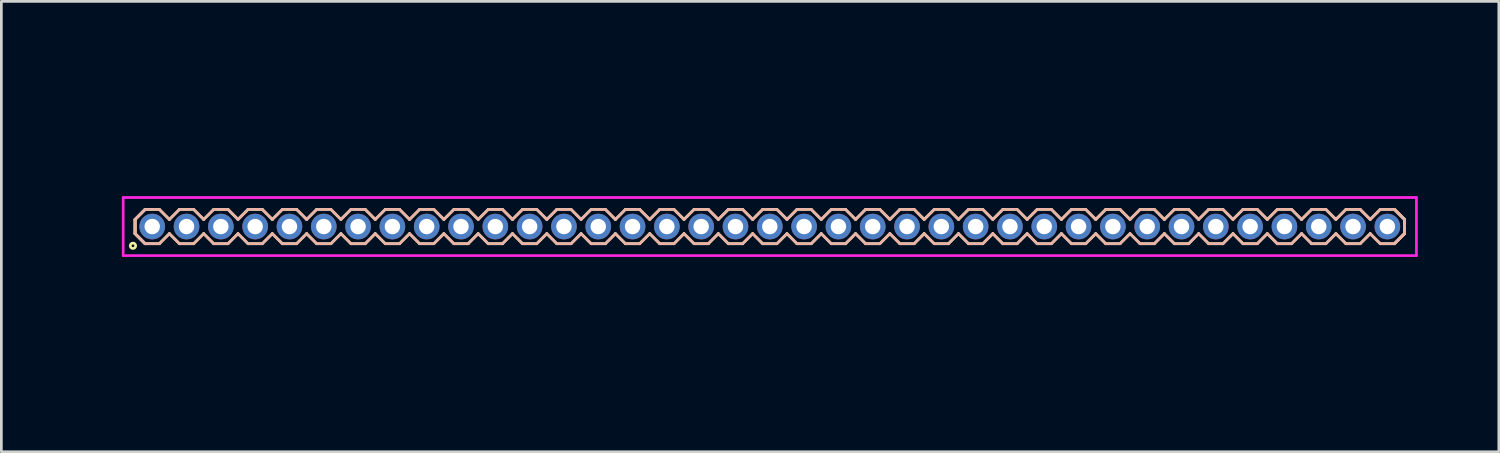
<source format=kicad_pcb>
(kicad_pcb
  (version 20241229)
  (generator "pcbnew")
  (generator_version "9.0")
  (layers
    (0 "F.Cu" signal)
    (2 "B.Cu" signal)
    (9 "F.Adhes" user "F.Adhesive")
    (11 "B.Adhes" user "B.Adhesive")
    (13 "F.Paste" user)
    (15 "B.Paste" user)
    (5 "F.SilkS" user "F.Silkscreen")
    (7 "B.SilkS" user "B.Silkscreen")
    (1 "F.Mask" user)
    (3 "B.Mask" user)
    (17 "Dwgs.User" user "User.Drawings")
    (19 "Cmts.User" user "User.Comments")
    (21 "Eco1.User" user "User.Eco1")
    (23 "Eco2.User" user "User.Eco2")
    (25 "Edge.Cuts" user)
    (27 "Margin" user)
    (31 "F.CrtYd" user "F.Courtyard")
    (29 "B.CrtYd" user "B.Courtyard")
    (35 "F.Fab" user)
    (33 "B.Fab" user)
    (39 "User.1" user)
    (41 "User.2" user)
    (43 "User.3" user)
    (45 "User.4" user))
  (footprint "HDR127P37x1"
    (layer "F.Cu")
    (at 25.445 5.336)
    (property "Reference" "HDR127P37x1" (at -24.685 0 90) (layer "User.1") (effects (font (size 1 1) (thickness 0.1))))
    (attr through_hole)
    (fp_line (start -23.495 -0.263) (end -23.123 -0.635) (stroke (width 0.1) (type solid)) (layer "F.SilkS"))
    (fp_line (start -23.495 -0.263) (end -23.123 -0.635) (stroke (width 0.1) (type solid)) (layer "F.SilkS"))
    (fp_line (start -23.495 0.263) (end -23.495 -0.263) (stroke (width 0.1) (type solid)) (layer "F.SilkS"))
    (fp_line (start -23.495 0.263) (end -23.495 -0.263) (stroke (width 0.1) (type solid)) (layer "F.SilkS"))
    (fp_line (start -23.123 -0.635) (end -22.597 -0.635) (stroke (width 0.1) (type solid)) (layer "F.SilkS"))
    (fp_line (start -23.123 0.635) (end -23.495 0.263) (stroke (width 0.1) (type solid)) (layer "F.SilkS"))
    (fp_line (start -23.123 0.635) (end -23.495 0.263) (stroke (width 0.1) (type solid)) (layer "F.SilkS"))
    (fp_line (start -22.597 -0.635) (end -22.225 -0.263) (stroke (width 0.1) (type solid)) (layer "F.SilkS"))
    (fp_line (start -22.597 0.635) (end -23.123 0.635) (stroke (width 0.1) (type solid)) (layer "F.SilkS"))
    (fp_line (start -22.225 -0.263) (end -21.853 -0.635) (stroke (width 0.1) (type solid)) (layer "F.SilkS"))
    (fp_line (start -22.225 0.263) (end -22.597 0.635) (stroke (width 0.1) (type solid)) (layer "F.SilkS"))
    (fp_line (start -21.853 -0.635) (end -21.327 -0.635) (stroke (width 0.1) (type solid)) (layer "F.SilkS"))
    (fp_line (start -21.853 0.635) (end -22.225 0.263) (stroke (width 0.1) (type solid)) (layer "F.SilkS"))
    (fp_line (start -21.327 -0.635) (end -20.955 -0.263) (stroke (width 0.1) (type solid)) (layer "F.SilkS"))
    (fp_line (start -21.327 0.635) (end -21.853 0.635) (stroke (width 0.1) (type solid)) (layer "F.SilkS"))
    (fp_line (start -20.955 -0.263) (end -20.583 -0.635) (stroke (width 0.1) (type solid)) (layer "F.SilkS"))
    (fp_line (start -20.955 0.263) (end -21.327 0.635) (stroke (width 0.1) (type solid)) (layer "F.SilkS"))
    (fp_line (start -20.583 -0.635) (end -20.057 -0.635) (stroke (width 0.1) (type solid)) (layer "F.SilkS"))
    (fp_line (start -20.583 0.635) (end -20.955 0.263) (stroke (width 0.1) (type solid)) (layer "F.SilkS"))
    (fp_line (start -20.057 -0.635) (end -19.685 -0.263) (stroke (width 0.1) (type solid)) (layer "F.SilkS"))
    (fp_line (start -20.057 0.635) (end -20.583 0.635) (stroke (width 0.1) (type solid)) (layer "F.SilkS"))
    (fp_line (start -19.685 -0.263) (end -19.313 -0.635) (stroke (width 0.1) (type solid)) (layer "F.SilkS"))
    (fp_line (start -19.685 0.263) (end -20.057 0.635) (stroke (width 0.1) (type solid)) (layer "F.SilkS"))
    (fp_line (start -19.313 -0.635) (end -18.787 -0.635) (stroke (width 0.1) (type solid)) (layer "F.SilkS"))
    (fp_line (start -19.313 0.635) (end -19.685 0.263) (stroke (width 0.1) (type solid)) (layer "F.SilkS"))
    (fp_line (start -18.787 -0.635) (end -18.415 -0.263) (stroke (width 0.1) (type solid)) (layer "F.SilkS"))
    (fp_line (start -18.787 0.635) (end -19.313 0.635) (stroke (width 0.1) (type solid)) (layer "F.SilkS"))
    (fp_line (start -18.415 -0.263) (end -18.043 -0.635) (stroke (width 0.1) (type solid)) (layer "F.SilkS"))
    (fp_line (start -18.415 0.263) (end -18.787 0.635) (stroke (width 0.1) (type solid)) (layer "F.SilkS"))
    (fp_line (start -18.043 -0.635) (end -17.517 -0.635) (stroke (width 0.1) (type solid)) (layer "F.SilkS"))
    (fp_line (start -18.043 0.635) (end -18.415 0.263) (stroke (width 0.1) (type solid)) (layer "F.SilkS"))
    (fp_line (start -17.517 -0.635) (end -17.145 -0.263) (stroke (width 0.1) (type solid)) (layer "F.SilkS"))
    (fp_line (start -17.517 0.635) (end -18.043 0.635) (stroke (width 0.1) (type solid)) (layer "F.SilkS"))
    (fp_line (start -17.145 -0.263) (end -16.773 -0.635) (stroke (width 0.1) (type solid)) (layer "F.SilkS"))
    (fp_line (start -17.145 0.263) (end -17.517 0.635) (stroke (width 0.1) (type solid)) (layer "F.SilkS"))
    (fp_line (start -16.773 -0.635) (end -16.247 -0.635) (stroke (width 0.1) (type solid)) (layer "F.SilkS"))
    (fp_line (start -16.773 0.635) (end -17.145 0.263) (stroke (width 0.1) (type solid)) (layer "F.SilkS"))
    (fp_line (start -16.247 -0.635) (end -15.875 -0.263) (stroke (width 0.1) (type solid)) (layer "F.SilkS"))
    (fp_line (start -16.247 0.635) (end -16.773 0.635) (stroke (width 0.1) (type solid)) (layer "F.SilkS"))
    (fp_line (start -15.875 -0.263) (end -15.503 -0.635) (stroke (width 0.1) (type solid)) (layer "F.SilkS"))
    (fp_line (start -15.875 0.263) (end -16.247 0.635) (stroke (width 0.1) (type solid)) (layer "F.SilkS"))
    (fp_line (start -15.503 -0.635) (end -14.977 -0.635) (stroke (width 0.1) (type solid)) (layer "F.SilkS"))
    (fp_line (start -15.503 0.635) (end -15.875 0.263) (stroke (width 0.1) (type solid)) (layer "F.SilkS"))
    (fp_line (start -14.977 -0.635) (end -14.605 -0.263) (stroke (width 0.1) (type solid)) (layer "F.SilkS"))
    (fp_line (start -14.977 0.635) (end -15.503 0.635) (stroke (width 0.1) (type solid)) (layer "F.SilkS"))
    (fp_line (start -14.605 -0.263) (end -14.233 -0.635) (stroke (width 0.1) (type solid)) (layer "F.SilkS"))
    (fp_line (start -14.605 0.263) (end -14.977 0.635) (stroke (width 0.1) (type solid)) (layer "F.SilkS"))
    (fp_line (start -14.233 -0.635) (end -13.707 -0.635) (stroke (width 0.1) (type solid)) (layer "F.SilkS"))
    (fp_line (start -14.233 0.635) (end -14.605 0.263) (stroke (width 0.1) (type solid)) (layer "F.SilkS"))
    (fp_line (start -13.707 -0.635) (end -13.335 -0.263) (stroke (width 0.1) (type solid)) (layer "F.SilkS"))
    (fp_line (start -13.707 0.635) (end -14.233 0.635) (stroke (width 0.1) (type solid)) (layer "F.SilkS"))
    (fp_line (start -13.335 -0.263) (end -12.963 -0.635) (stroke (width 0.1) (type solid)) (layer "F.SilkS"))
    (fp_line (start -13.335 0.263) (end -13.707 0.635) (stroke (width 0.1) (type solid)) (layer "F.SilkS"))
    (fp_line (start -12.963 -0.635) (end -12.437 -0.635) (stroke (width 0.1) (type solid)) (layer "F.SilkS"))
    (fp_line (start -12.963 0.635) (end -13.335 0.263) (stroke (width 0.1) (type solid)) (layer "F.SilkS"))
    (fp_line (start -12.437 -0.635) (end -12.065 -0.263) (stroke (width 0.1) (type solid)) (layer "F.SilkS"))
    (fp_line (start -12.437 0.635) (end -12.963 0.635) (stroke (width 0.1) (type solid)) (layer "F.SilkS"))
    (fp_line (start -12.065 -0.263) (end -11.693 -0.635) (stroke (width 0.1) (type solid)) (layer "F.SilkS"))
    (fp_line (start -12.065 0.263) (end -12.437 0.635) (stroke (width 0.1) (type solid)) (layer "F.SilkS"))
    (fp_line (start -11.693 -0.635) (end -11.167 -0.635) (stroke (width 0.1) (type solid)) (layer "F.SilkS"))
    (fp_line (start -11.693 0.635) (end -12.065 0.263) (stroke (width 0.1) (type solid)) (layer "F.SilkS"))
    (fp_line (start -11.167 -0.635) (end -10.795 -0.263) (stroke (width 0.1) (type solid)) (layer "F.SilkS"))
    (fp_line (start -11.167 0.635) (end -11.693 0.635) (stroke (width 0.1) (type solid)) (layer "F.SilkS"))
    (fp_line (start -10.795 -0.263) (end -10.423 -0.635) (stroke (width 0.1) (type solid)) (layer "F.SilkS"))
    (fp_line (start -10.795 0.263) (end -11.167 0.635) (stroke (width 0.1) (type solid)) (layer "F.SilkS"))
    (fp_line (start -10.423 -0.635) (end -9.897 -0.635) (stroke (width 0.1) (type solid)) (layer "F.SilkS"))
    (fp_line (start -10.423 0.635) (end -10.795 0.263) (stroke (width 0.1) (type solid)) (layer "F.SilkS"))
    (fp_line (start -9.897 -0.635) (end -9.525 -0.263) (stroke (width 0.1) (type solid)) (layer "F.SilkS"))
    (fp_line (start -9.897 0.635) (end -10.423 0.635) (stroke (width 0.1) (type solid)) (layer "F.SilkS"))
    (fp_line (start -9.525 -0.263) (end -9.153 -0.635) (stroke (width 0.1) (type solid)) (layer "F.SilkS"))
    (fp_line (start -9.525 0.263) (end -9.897 0.635) (stroke (width 0.1) (type solid)) (layer "F.SilkS"))
    (fp_line (start -9.153 -0.635) (end -8.627 -0.635) (stroke (width 0.1) (type solid)) (layer "F.SilkS"))
    (fp_line (start -9.153 0.635) (end -9.525 0.263) (stroke (width 0.1) (type solid)) (layer "F.SilkS"))
    (fp_line (start -8.627 -0.635) (end -8.255 -0.263) (stroke (width 0.1) (type solid)) (layer "F.SilkS"))
    (fp_line (start -8.627 0.635) (end -9.153 0.635) (stroke (width 0.1) (type solid)) (layer "F.SilkS"))
    (fp_line (start -8.255 -0.263) (end -7.883 -0.635) (stroke (width 0.1) (type solid)) (layer "F.SilkS"))
    (fp_line (start -8.255 0.263) (end -8.627 0.635) (stroke (width 0.1) (type solid)) (layer "F.SilkS"))
    (fp_line (start -7.883 -0.635) (end -7.357 -0.635) (stroke (width 0.1) (type solid)) (layer "F.SilkS"))
    (fp_line (start -7.883 0.635) (end -8.255 0.263) (stroke (width 0.1) (type solid)) (layer "F.SilkS"))
    (fp_line (start -7.357 -0.635) (end -6.985 -0.263) (stroke (width 0.1) (type solid)) (layer "F.SilkS"))
    (fp_line (start -7.357 0.635) (end -7.883 0.635) (stroke (width 0.1) (type solid)) (layer "F.SilkS"))
    (fp_line (start -6.985 -0.263) (end -6.613 -0.635) (stroke (width 0.1) (type solid)) (layer "F.SilkS"))
    (fp_line (start -6.985 0.263) (end -7.357 0.635) (stroke (width 0.1) (type solid)) (layer "F.SilkS"))
    (fp_line (start -6.613 -0.635) (end -6.087 -0.635) (stroke (width 0.1) (type solid)) (layer "F.SilkS"))
    (fp_line (start -6.613 0.635) (end -6.985 0.263) (stroke (width 0.1) (type solid)) (layer "F.SilkS"))
    (fp_line (start -6.087 -0.635) (end -5.715 -0.263) (stroke (width 0.1) (type solid)) (layer "F.SilkS"))
    (fp_line (start -6.087 0.635) (end -6.613 0.635) (stroke (width 0.1) (type solid)) (layer "F.SilkS"))
    (fp_line (start -5.715 -0.263) (end -5.343 -0.635) (stroke (width 0.1) (type solid)) (layer "F.SilkS"))
    (fp_line (start -5.715 0.263) (end -6.087 0.635) (stroke (width 0.1) (type solid)) (layer "F.SilkS"))
    (fp_line (start -5.343 -0.635) (end -4.817 -0.635) (stroke (width 0.1) (type solid)) (layer "F.SilkS"))
    (fp_line (start -5.343 0.635) (end -5.715 0.263) (stroke (width 0.1) (type solid)) (layer "F.SilkS"))
    (fp_line (start -4.817 -0.635) (end -4.445 -0.263) (stroke (width 0.1) (type solid)) (layer "F.SilkS"))
    (fp_line (start -4.817 0.635) (end -5.343 0.635) (stroke (width 0.1) (type solid)) (layer "F.SilkS"))
    (fp_line (start -4.445 -0.263) (end -4.073 -0.635) (stroke (width 0.1) (type solid)) (layer "F.SilkS"))
    (fp_line (start -4.445 0.263) (end -4.817 0.635) (stroke (width 0.1) (type solid)) (layer "F.SilkS"))
    (fp_line (start -4.073 -0.635) (end -3.547 -0.635) (stroke (width 0.1) (type solid)) (layer "F.SilkS"))
    (fp_line (start -4.073 0.635) (end -4.445 0.263) (stroke (width 0.1) (type solid)) (layer "F.SilkS"))
    (fp_line (start -3.547 -0.635) (end -3.175 -0.263) (stroke (width 0.1) (type solid)) (layer "F.SilkS"))
    (fp_line (start -3.547 0.635) (end -4.073 0.635) (stroke (width 0.1) (type solid)) (layer "F.SilkS"))
    (fp_line (start -3.175 -0.263) (end -2.803 -0.635) (stroke (width 0.1) (type solid)) (layer "F.SilkS"))
    (fp_line (start -3.175 0.263) (end -3.547 0.635) (stroke (width 0.1) (type solid)) (layer "F.SilkS"))
    (fp_line (start -2.803 -0.635) (end -2.277 -0.635) (stroke (width 0.1) (type solid)) (layer "F.SilkS"))
    (fp_line (start -2.803 0.635) (end -3.175 0.263) (stroke (width 0.1) (type solid)) (layer "F.SilkS"))
    (fp_line (start -2.277 -0.635) (end -1.905 -0.263) (stroke (width 0.1) (type solid)) (layer "F.SilkS"))
    (fp_line (start -2.277 0.635) (end -2.803 0.635) (stroke (width 0.1) (type solid)) (layer "F.SilkS"))
    (fp_line (start -1.905 -0.263) (end -1.533 -0.635) (stroke (width 0.1) (type solid)) (layer "F.SilkS"))
    (fp_line (start -1.905 0.263) (end -2.277 0.635) (stroke (width 0.1) (type solid)) (layer "F.SilkS"))
    (fp_line (start -1.533 -0.635) (end -1.007 -0.635) (stroke (width 0.1) (type solid)) (layer "F.SilkS"))
    (fp_line (start -1.533 0.635) (end -1.905 0.263) (stroke (width 0.1) (type solid)) (layer "F.SilkS"))
    (fp_line (start -1.007 -0.635) (end -0.635 -0.263) (stroke (width 0.1) (type solid)) (layer "F.SilkS"))
    (fp_line (start -1.007 0.635) (end -1.533 0.635) (stroke (width 0.1) (type solid)) (layer "F.SilkS"))
    (fp_line (start -0.635 -0.263) (end -0.263 -0.635) (stroke (width 0.1) (type solid)) (layer "F.SilkS"))
    (fp_line (start -0.635 0.263) (end -1.007 0.635) (stroke (width 0.1) (type solid)) (layer "F.SilkS"))
    (fp_line (start -0.263 -0.635) (end 0.263 -0.635) (stroke (width 0.1) (type solid)) (layer "F.SilkS"))
    (fp_line (start -0.263 0.635) (end -0.635 0.263) (stroke (width 0.1) (type solid)) (layer "F.SilkS"))
    (fp_line (start 0.263 -0.635) (end 0.635 -0.263) (stroke (width 0.1) (type solid)) (layer "F.SilkS"))
    (fp_line (start 0.263 0.635) (end -0.263 0.635) (stroke (width 0.1) (type solid)) (layer "F.SilkS"))
    (fp_line (start 0.635 -0.263) (end 1.007 -0.635) (stroke (width 0.1) (type solid)) (layer "F.SilkS"))
    (fp_line (start 0.635 0.263) (end 0.263 0.635) (stroke (width 0.1) (type solid)) (layer "F.SilkS"))
    (fp_line (start 1.007 -0.635) (end 1.533 -0.635) (stroke (width 0.1) (type solid)) (layer "F.SilkS"))
    (fp_line (start 1.007 0.635) (end 0.635 0.263) (stroke (width 0.1) (type solid)) (layer "F.SilkS"))
    (fp_line (start 1.533 -0.635) (end 1.905 -0.263) (stroke (width 0.1) (type solid)) (layer "F.SilkS"))
    (fp_line (start 1.533 0.635) (end 1.007 0.635) (stroke (width 0.1) (type solid)) (layer "F.SilkS"))
    (fp_line (start 1.905 -0.263) (end 2.277 -0.635) (stroke (width 0.1) (type solid)) (layer "F.SilkS"))
    (fp_line (start 1.905 0.263) (end 1.533 0.635) (stroke (width 0.1) (type solid)) (layer "F.SilkS"))
    (fp_line (start 2.277 -0.635) (end 2.803 -0.635) (stroke (width 0.1) (type solid)) (layer "F.SilkS"))
    (fp_line (start 2.277 0.635) (end 1.905 0.263) (stroke (width 0.1) (type solid)) (layer "F.SilkS"))
    (fp_line (start 2.803 -0.635) (end 3.175 -0.263) (stroke (width 0.1) (type solid)) (layer "F.SilkS"))
    (fp_line (start 2.803 0.635) (end 2.277 0.635) (stroke (width 0.1) (type solid)) (layer "F.SilkS"))
    (fp_line (start 3.175 -0.263) (end 3.547 -0.635) (stroke (width 0.1) (type solid)) (layer "F.SilkS"))
    (fp_line (start 3.175 0.263) (end 2.803 0.635) (stroke (width 0.1) (type solid)) (layer "F.SilkS"))
    (fp_line (start 3.547 -0.635) (end 4.073 -0.635) (stroke (width 0.1) (type solid)) (layer "F.SilkS"))
    (fp_line (start 3.547 0.635) (end 3.175 0.263) (stroke (width 0.1) (type solid)) (layer "F.SilkS"))
    (fp_line (start 4.073 -0.635) (end 4.445 -0.263) (stroke (width 0.1) (type solid)) (layer "F.SilkS"))
    (fp_line (start 4.073 0.635) (end 3.547 0.635) (stroke (width 0.1) (type solid)) (layer "F.SilkS"))
    (fp_line (start 4.445 -0.263) (end 4.817 -0.635) (stroke (width 0.1) (type solid)) (layer "F.SilkS"))
    (fp_line (start 4.445 0.263) (end 4.073 0.635) (stroke (width 0.1) (type solid)) (layer "F.SilkS"))
    (fp_line (start 4.817 -0.635) (end 5.343 -0.635) (stroke (width 0.1) (type solid)) (layer "F.SilkS"))
    (fp_line (start 4.817 0.635) (end 4.445 0.263) (stroke (width 0.1) (type solid)) (layer "F.SilkS"))
    (fp_line (start 5.343 -0.635) (end 5.715 -0.263) (stroke (width 0.1) (type solid)) (layer "F.SilkS"))
    (fp_line (start 5.343 0.635) (end 4.817 0.635) (stroke (width 0.1) (type solid)) (layer "F.SilkS"))
    (fp_line (start 5.715 -0.263) (end 6.087 -0.635) (stroke (width 0.1) (type solid)) (layer "F.SilkS"))
    (fp_line (start 5.715 0.263) (end 5.343 0.635) (stroke (width 0.1) (type solid)) (layer "F.SilkS"))
    (fp_line (start 6.087 -0.635) (end 6.613 -0.635) (stroke (width 0.1) (type solid)) (layer "F.SilkS"))
    (fp_line (start 6.087 0.635) (end 5.715 0.263) (stroke (width 0.1) (type solid)) (layer "F.SilkS"))
    (fp_line (start 6.613 -0.635) (end 6.985 -0.263) (stroke (width 0.1) (type solid)) (layer "F.SilkS"))
    (fp_line (start 6.613 0.635) (end 6.087 0.635) (stroke (width 0.1) (type solid)) (layer "F.SilkS"))
    (fp_line (start 6.985 -0.263) (end 7.357 -0.635) (stroke (width 0.1) (type solid)) (layer "F.SilkS"))
    (fp_line (start 6.985 0.263) (end 6.613 0.635) (stroke (width 0.1) (type solid)) (layer "F.SilkS"))
    (fp_line (start 7.357 -0.635) (end 7.883 -0.635) (stroke (width 0.1) (type solid)) (layer "F.SilkS"))
    (fp_line (start 7.357 0.635) (end 6.985 0.263) (stroke (width 0.1) (type solid)) (layer "F.SilkS"))
    (fp_line (start 7.883 -0.635) (end 8.255 -0.263) (stroke (width 0.1) (type solid)) (layer "F.SilkS"))
    (fp_line (start 7.883 0.635) (end 7.357 0.635) (stroke (width 0.1) (type solid)) (layer "F.SilkS"))
    (fp_line (start 8.255 -0.263) (end 8.627 -0.635) (stroke (width 0.1) (type solid)) (layer "F.SilkS"))
    (fp_line (start 8.255 0.263) (end 7.883 0.635) (stroke (width 0.1) (type solid)) (layer "F.SilkS"))
    (fp_line (start 8.627 -0.635) (end 9.153 -0.635) (stroke (width 0.1) (type solid)) (layer "F.SilkS"))
    (fp_line (start 8.627 0.635) (end 8.255 0.263) (stroke (width 0.1) (type solid)) (layer "F.SilkS"))
    (fp_line (start 9.153 -0.635) (end 9.525 -0.263) (stroke (width 0.1) (type solid)) (layer "F.SilkS"))
    (fp_line (start 9.153 0.635) (end 8.627 0.635) (stroke (width 0.1) (type solid)) (layer "F.SilkS"))
    (fp_line (start 9.525 -0.263) (end 9.897 -0.635) (stroke (width 0.1) (type solid)) (layer "F.SilkS"))
    (fp_line (start 9.525 0.263) (end 9.153 0.635) (stroke (width 0.1) (type solid)) (layer "F.SilkS"))
    (fp_line (start 9.897 -0.635) (end 10.423 -0.635) (stroke (width 0.1) (type solid)) (layer "F.SilkS"))
    (fp_line (start 9.897 0.635) (end 9.525 0.263) (stroke (width 0.1) (type solid)) (layer "F.SilkS"))
    (fp_line (start 10.423 -0.635) (end 10.795 -0.263) (stroke (width 0.1) (type solid)) (layer "F.SilkS"))
    (fp_line (start 10.423 0.635) (end 9.897 0.635) (stroke (width 0.1) (type solid)) (layer "F.SilkS"))
    (fp_line (start 10.795 -0.263) (end 11.167 -0.635) (stroke (width 0.1) (type solid)) (layer "F.SilkS"))
    (fp_line (start 10.795 0.263) (end 10.423 0.635) (stroke (width 0.1) (type solid)) (layer "F.SilkS"))
    (fp_line (start 11.167 -0.635) (end 11.693 -0.635) (stroke (width 0.1) (type solid)) (layer "F.SilkS"))
    (fp_line (start 11.167 0.635) (end 10.795 0.263) (stroke (width 0.1) (type solid)) (layer "F.SilkS"))
    (fp_line (start 11.693 -0.635) (end 12.065 -0.263) (stroke (width 0.1) (type solid)) (layer "F.SilkS"))
    (fp_line (start 11.693 0.635) (end 11.167 0.635) (stroke (width 0.1) (type solid)) (layer "F.SilkS"))
    (fp_line (start 12.065 -0.263) (end 12.437 -0.635) (stroke (width 0.1) (type solid)) (layer "F.SilkS"))
    (fp_line (start 12.065 0.263) (end 11.693 0.635) (stroke (width 0.1) (type solid)) (layer "F.SilkS"))
    (fp_line (start 12.437 -0.635) (end 12.963 -0.635) (stroke (width 0.1) (type solid)) (layer "F.SilkS"))
    (fp_line (start 12.437 0.635) (end 12.065 0.263) (stroke (width 0.1) (type solid)) (layer "F.SilkS"))
    (fp_line (start 12.963 -0.635) (end 13.335 -0.263) (stroke (width 0.1) (type solid)) (layer "F.SilkS"))
    (fp_line (start 12.963 0.635) (end 12.437 0.635) (stroke (width 0.1) (type solid)) (layer "F.SilkS"))
    (fp_line (start 13.335 -0.263) (end 13.707 -0.635) (stroke (width 0.1) (type solid)) (layer "F.SilkS"))
    (fp_line (start 13.335 0.263) (end 12.963 0.635) (stroke (width 0.1) (type solid)) (layer "F.SilkS"))
    (fp_line (start 13.707 -0.635) (end 14.233 -0.635) (stroke (width 0.1) (type solid)) (layer "F.SilkS"))
    (fp_line (start 13.707 0.635) (end 13.335 0.263) (stroke (width 0.1) (type solid)) (layer "F.SilkS"))
    (fp_line (start 14.233 -0.635) (end 14.605 -0.263) (stroke (width 0.1) (type solid)) (layer "F.SilkS"))
    (fp_line (start 14.233 0.635) (end 13.707 0.635) (stroke (width 0.1) (type solid)) (layer "F.SilkS"))
    (fp_line (start 14.605 -0.263) (end 14.977 -0.635) (stroke (width 0.1) (type solid)) (layer "F.SilkS"))
    (fp_line (start 14.605 0.263) (end 14.233 0.635) (stroke (width 0.1) (type solid)) (layer "F.SilkS"))
    (fp_line (start 14.977 -0.635) (end 15.503 -0.635) (stroke (width 0.1) (type solid)) (layer "F.SilkS"))
    (fp_line (start 14.977 0.635) (end 14.605 0.263) (stroke (width 0.1) (type solid)) (layer "F.SilkS"))
    (fp_line (start 15.503 -0.635) (end 15.875 -0.263) (stroke (width 0.1) (type solid)) (layer "F.SilkS"))
    (fp_line (start 15.503 0.635) (end 14.977 0.635) (stroke (width 0.1) (type solid)) (layer "F.SilkS"))
    (fp_line (start 15.875 -0.263) (end 16.247 -0.635) (stroke (width 0.1) (type solid)) (layer "F.SilkS"))
    (fp_line (start 15.875 0.263) (end 15.503 0.635) (stroke (width 0.1) (type solid)) (layer "F.SilkS"))
    (fp_line (start 16.247 -0.635) (end 16.773 -0.635) (stroke (width 0.1) (type solid)) (layer "F.SilkS"))
    (fp_line (start 16.247 0.635) (end 15.875 0.263) (stroke (width 0.1) (type solid)) (layer "F.SilkS"))
    (fp_line (start 16.773 -0.635) (end 17.145 -0.263) (stroke (width 0.1) (type solid)) (layer "F.SilkS"))
    (fp_line (start 16.773 0.635) (end 16.247 0.635) (stroke (width 0.1) (type solid)) (layer "F.SilkS"))
    (fp_line (start 17.145 -0.263) (end 17.517 -0.635) (stroke (width 0.1) (type solid)) (layer "F.SilkS"))
    (fp_line (start 17.145 0.263) (end 16.773 0.635) (stroke (width 0.1) (type solid)) (layer "F.SilkS"))
    (fp_line (start 17.517 -0.635) (end 18.043 -0.635) (stroke (width 0.1) (type solid)) (layer "F.SilkS"))
    (fp_line (start 17.517 0.635) (end 17.145 0.263) (stroke (width 0.1) (type solid)) (layer "F.SilkS"))
    (fp_line (start 18.043 -0.635) (end 18.415 -0.263) (stroke (width 0.1) (type solid)) (layer "F.SilkS"))
    (fp_line (start 18.043 0.635) (end 17.517 0.635) (stroke (width 0.1) (type solid)) (layer "F.SilkS"))
    (fp_line (start 18.415 -0.263) (end 18.787 -0.635) (stroke (width 0.1) (type solid)) (layer "F.SilkS"))
    (fp_line (start 18.415 0.263) (end 18.043 0.635) (stroke (width 0.1) (type solid)) (layer "F.SilkS"))
    (fp_line (start 18.787 -0.635) (end 19.313 -0.635) (stroke (width 0.1) (type solid)) (layer "F.SilkS"))
    (fp_line (start 18.787 0.635) (end 18.415 0.263) (stroke (width 0.1) (type solid)) (layer "F.SilkS"))
    (fp_line (start 19.313 -0.635) (end 19.685 -0.263) (stroke (width 0.1) (type solid)) (layer "F.SilkS"))
    (fp_line (start 19.313 0.635) (end 18.787 0.635) (stroke (width 0.1) (type solid)) (layer "F.SilkS"))
    (fp_line (start 19.685 -0.263) (end 20.057 -0.635) (stroke (width 0.1) (type solid)) (layer "F.SilkS"))
    (fp_line (start 19.685 0.263) (end 19.313 0.635) (stroke (width 0.1) (type solid)) (layer "F.SilkS"))
    (fp_line (start 20.057 -0.635) (end 20.583 -0.635) (stroke (width 0.1) (type solid)) (layer "F.SilkS"))
    (fp_line (start 20.057 0.635) (end 19.685 0.263) (stroke (width 0.1) (type solid)) (layer "F.SilkS"))
    (fp_line (start 20.583 -0.635) (end 20.955 -0.263) (stroke (width 0.1) (type solid)) (layer "F.SilkS"))
    (fp_line (start 20.583 0.635) (end 20.057 0.635) (stroke (width 0.1) (type solid)) (layer "F.SilkS"))
    (fp_line (start 20.955 -0.263) (end 21.327 -0.635) (stroke (width 0.1) (type solid)) (layer "F.SilkS"))
    (fp_line (start 20.955 0.263) (end 20.583 0.635) (stroke (width 0.1) (type solid)) (layer "F.SilkS"))
    (fp_line (start 21.327 -0.635) (end 21.853 -0.635) (stroke (width 0.1) (type solid)) (layer "F.SilkS"))
    (fp_line (start 21.327 0.635) (end 20.955 0.263) (stroke (width 0.1) (type solid)) (layer "F.SilkS"))
    (fp_line (start 21.853 -0.635) (end 22.225 -0.263) (stroke (width 0.1) (type solid)) (layer "F.SilkS"))
    (fp_line (start 21.853 0.635) (end 21.327 0.635) (stroke (width 0.1) (type solid)) (layer "F.SilkS"))
    (fp_line (start 22.225 -0.263) (end 22.597 -0.635) (stroke (width 0.1) (type solid)) (layer "F.SilkS"))
    (fp_line (start 22.225 0.263) (end 21.853 0.635) (stroke (width 0.1) (type solid)) (layer "F.SilkS"))
    (fp_line (start 22.597 -0.635) (end 23.123 -0.635) (stroke (width 0.1) (type solid)) (layer "F.SilkS"))
    (fp_line (start 22.597 0.635) (end 22.225 0.263) (stroke (width 0.1) (type solid)) (layer "F.SilkS"))
    (fp_line (start 23.123 -0.635) (end 23.495 -0.263) (stroke (width 0.1) (type solid)) (layer "F.SilkS"))
    (fp_line (start 23.123 -0.635) (end 23.495 -0.263) (stroke (width 0.1) (type solid)) (layer "F.SilkS"))
    (fp_line (start 23.123 0.635) (end 22.597 0.635) (stroke (width 0.1) (type solid)) (layer "F.SilkS"))
    (fp_line (start 23.495 -0.263) (end 23.495 0.263) (stroke (width 0.1) (type solid)) (layer "F.SilkS"))
    (fp_line (start 23.495 -0.263) (end 23.495 0.263) (stroke (width 0.1) (type solid)) (layer "F.SilkS"))
    (fp_line (start 23.495 0.263) (end 23.123 0.635) (stroke (width 0.1) (type solid)) (layer "F.SilkS"))
    (fp_line (start 23.495 0.263) (end 23.123 0.635) (stroke (width 0.1) (type solid)) (layer "F.SilkS"))
    (fp_circle (center -23.573 0.712) (end -23.473 0.712) (stroke (width 0.1) (type solid)) (fill no) (layer "F.SilkS"))
    (fp_line (start -23.495 -0.263) (end -23.123 -0.635) (stroke (width 0.1) (type solid)) (layer "B.SilkS"))
    (fp_line (start -23.495 -0.263) (end -23.123 -0.635) (stroke (width 0.1) (type solid)) (layer "B.SilkS"))
    (fp_line (start -23.495 0.263) (end -23.495 -0.263) (stroke (width 0.1) (type solid)) (layer "B.SilkS"))
    (fp_line (start -23.495 0.263) (end -23.495 -0.263) (stroke (width 0.1) (type solid)) (layer "B.SilkS"))
    (fp_line (start -23.123 -0.635) (end -22.597 -0.635) (stroke (width 0.1) (type solid)) (layer "B.SilkS"))
    (fp_line (start -23.123 0.635) (end -23.495 0.263) (stroke (width 0.1) (type solid)) (layer "B.SilkS"))
    (fp_line (start -23.123 0.635) (end -23.495 0.263) (stroke (width 0.1) (type solid)) (layer "B.SilkS"))
    (fp_line (start -22.597 -0.635) (end -22.225 -0.263) (stroke (width 0.1) (type solid)) (layer "B.SilkS"))
    (fp_line (start -22.597 0.635) (end -23.123 0.635) (stroke (width 0.1) (type solid)) (layer "B.SilkS"))
    (fp_line (start -22.225 -0.263) (end -21.853 -0.635) (stroke (width 0.1) (type solid)) (layer "B.SilkS"))
    (fp_line (start -22.225 0.263) (end -22.597 0.635) (stroke (width 0.1) (type solid)) (layer "B.SilkS"))
    (fp_line (start -21.853 -0.635) (end -21.327 -0.635) (stroke (width 0.1) (type solid)) (layer "B.SilkS"))
    (fp_line (start -21.853 0.635) (end -22.225 0.263) (stroke (width 0.1) (type solid)) (layer "B.SilkS"))
    (fp_line (start -21.327 -0.635) (end -20.955 -0.263) (stroke (width 0.1) (type solid)) (layer "B.SilkS"))
    (fp_line (start -21.327 0.635) (end -21.853 0.635) (stroke (width 0.1) (type solid)) (layer "B.SilkS"))
    (fp_line (start -20.955 -0.263) (end -20.583 -0.635) (stroke (width 0.1) (type solid)) (layer "B.SilkS"))
    (fp_line (start -20.955 0.263) (end -21.327 0.635) (stroke (width 0.1) (type solid)) (layer "B.SilkS"))
    (fp_line (start -20.583 -0.635) (end -20.057 -0.635) (stroke (width 0.1) (type solid)) (layer "B.SilkS"))
    (fp_line (start -20.583 0.635) (end -20.955 0.263) (stroke (width 0.1) (type solid)) (layer "B.SilkS"))
    (fp_line (start -20.057 -0.635) (end -19.685 -0.263) (stroke (width 0.1) (type solid)) (layer "B.SilkS"))
    (fp_line (start -20.057 0.635) (end -20.583 0.635) (stroke (width 0.1) (type solid)) (layer "B.SilkS"))
    (fp_line (start -19.685 -0.263) (end -19.313 -0.635) (stroke (width 0.1) (type solid)) (layer "B.SilkS"))
    (fp_line (start -19.685 0.263) (end -20.057 0.635) (stroke (width 0.1) (type solid)) (layer "B.SilkS"))
    (fp_line (start -19.313 -0.635) (end -18.787 -0.635) (stroke (width 0.1) (type solid)) (layer "B.SilkS"))
    (fp_line (start -19.313 0.635) (end -19.685 0.263) (stroke (width 0.1) (type solid)) (layer "B.SilkS"))
    (fp_line (start -18.787 -0.635) (end -18.415 -0.263) (stroke (width 0.1) (type solid)) (layer "B.SilkS"))
    (fp_line (start -18.787 0.635) (end -19.313 0.635) (stroke (width 0.1) (type solid)) (layer "B.SilkS"))
    (fp_line (start -18.415 -0.263) (end -18.043 -0.635) (stroke (width 0.1) (type solid)) (layer "B.SilkS"))
    (fp_line (start -18.415 0.263) (end -18.787 0.635) (stroke (width 0.1) (type solid)) (layer "B.SilkS"))
    (fp_line (start -18.043 -0.635) (end -17.517 -0.635) (stroke (width 0.1) (type solid)) (layer "B.SilkS"))
    (fp_line (start -18.043 0.635) (end -18.415 0.263) (stroke (width 0.1) (type solid)) (layer "B.SilkS"))
    (fp_line (start -17.517 -0.635) (end -17.145 -0.263) (stroke (width 0.1) (type solid)) (layer "B.SilkS"))
    (fp_line (start -17.517 0.635) (end -18.043 0.635) (stroke (width 0.1) (type solid)) (layer "B.SilkS"))
    (fp_line (start -17.145 -0.263) (end -16.773 -0.635) (stroke (width 0.1) (type solid)) (layer "B.SilkS"))
    (fp_line (start -17.145 0.263) (end -17.517 0.635) (stroke (width 0.1) (type solid)) (layer "B.SilkS"))
    (fp_line (start -16.773 -0.635) (end -16.247 -0.635) (stroke (width 0.1) (type solid)) (layer "B.SilkS"))
    (fp_line (start -16.773 0.635) (end -17.145 0.263) (stroke (width 0.1) (type solid)) (layer "B.SilkS"))
    (fp_line (start -16.247 -0.635) (end -15.875 -0.263) (stroke (width 0.1) (type solid)) (layer "B.SilkS"))
    (fp_line (start -16.247 0.635) (end -16.773 0.635) (stroke (width 0.1) (type solid)) (layer "B.SilkS"))
    (fp_line (start -15.875 -0.263) (end -15.503 -0.635) (stroke (width 0.1) (type solid)) (layer "B.SilkS"))
    (fp_line (start -15.875 0.263) (end -16.247 0.635) (stroke (width 0.1) (type solid)) (layer "B.SilkS"))
    (fp_line (start -15.503 -0.635) (end -14.977 -0.635) (stroke (width 0.1) (type solid)) (layer "B.SilkS"))
    (fp_line (start -15.503 0.635) (end -15.875 0.263) (stroke (width 0.1) (type solid)) (layer "B.SilkS"))
    (fp_line (start -14.977 -0.635) (end -14.605 -0.263) (stroke (width 0.1) (type solid)) (layer "B.SilkS"))
    (fp_line (start -14.977 0.635) (end -15.503 0.635) (stroke (width 0.1) (type solid)) (layer "B.SilkS"))
    (fp_line (start -14.605 -0.263) (end -14.233 -0.635) (stroke (width 0.1) (type solid)) (layer "B.SilkS"))
    (fp_line (start -14.605 0.263) (end -14.977 0.635) (stroke (width 0.1) (type solid)) (layer "B.SilkS"))
    (fp_line (start -14.233 -0.635) (end -13.707 -0.635) (stroke (width 0.1) (type solid)) (layer "B.SilkS"))
    (fp_line (start -14.233 0.635) (end -14.605 0.263) (stroke (width 0.1) (type solid)) (layer "B.SilkS"))
    (fp_line (start -13.707 -0.635) (end -13.335 -0.263) (stroke (width 0.1) (type solid)) (layer "B.SilkS"))
    (fp_line (start -13.707 0.635) (end -14.233 0.635) (stroke (width 0.1) (type solid)) (layer "B.SilkS"))
    (fp_line (start -13.335 -0.263) (end -12.963 -0.635) (stroke (width 0.1) (type solid)) (layer "B.SilkS"))
    (fp_line (start -13.335 0.263) (end -13.707 0.635) (stroke (width 0.1) (type solid)) (layer "B.SilkS"))
    (fp_line (start -12.963 -0.635) (end -12.437 -0.635) (stroke (width 0.1) (type solid)) (layer "B.SilkS"))
    (fp_line (start -12.963 0.635) (end -13.335 0.263) (stroke (width 0.1) (type solid)) (layer "B.SilkS"))
    (fp_line (start -12.437 -0.635) (end -12.065 -0.263) (stroke (width 0.1) (type solid)) (layer "B.SilkS"))
    (fp_line (start -12.437 0.635) (end -12.963 0.635) (stroke (width 0.1) (type solid)) (layer "B.SilkS"))
    (fp_line (start -12.065 -0.263) (end -11.693 -0.635) (stroke (width 0.1) (type solid)) (layer "B.SilkS"))
    (fp_line (start -12.065 0.263) (end -12.437 0.635) (stroke (width 0.1) (type solid)) (layer "B.SilkS"))
    (fp_line (start -11.693 -0.635) (end -11.167 -0.635) (stroke (width 0.1) (type solid)) (layer "B.SilkS"))
    (fp_line (start -11.693 0.635) (end -12.065 0.263) (stroke (width 0.1) (type solid)) (layer "B.SilkS"))
    (fp_line (start -11.167 -0.635) (end -10.795 -0.263) (stroke (width 0.1) (type solid)) (layer "B.SilkS"))
    (fp_line (start -11.167 0.635) (end -11.693 0.635) (stroke (width 0.1) (type solid)) (layer "B.SilkS"))
    (fp_line (start -10.795 -0.263) (end -10.423 -0.635) (stroke (width 0.1) (type solid)) (layer "B.SilkS"))
    (fp_line (start -10.795 0.263) (end -11.167 0.635) (stroke (width 0.1) (type solid)) (layer "B.SilkS"))
    (fp_line (start -10.423 -0.635) (end -9.897 -0.635) (stroke (width 0.1) (type solid)) (layer "B.SilkS"))
    (fp_line (start -10.423 0.635) (end -10.795 0.263) (stroke (width 0.1) (type solid)) (layer "B.SilkS"))
    (fp_line (start -9.897 -0.635) (end -9.525 -0.263) (stroke (width 0.1) (type solid)) (layer "B.SilkS"))
    (fp_line (start -9.897 0.635) (end -10.423 0.635) (stroke (width 0.1) (type solid)) (layer "B.SilkS"))
    (fp_line (start -9.525 -0.263) (end -9.153 -0.635) (stroke (width 0.1) (type solid)) (layer "B.SilkS"))
    (fp_line (start -9.525 0.263) (end -9.897 0.635) (stroke (width 0.1) (type solid)) (layer "B.SilkS"))
    (fp_line (start -9.153 -0.635) (end -8.627 -0.635) (stroke (width 0.1) (type solid)) (layer "B.SilkS"))
    (fp_line (start -9.153 0.635) (end -9.525 0.263) (stroke (width 0.1) (type solid)) (layer "B.SilkS"))
    (fp_line (start -8.627 -0.635) (end -8.255 -0.263) (stroke (width 0.1) (type solid)) (layer "B.SilkS"))
    (fp_line (start -8.627 0.635) (end -9.153 0.635) (stroke (width 0.1) (type solid)) (layer "B.SilkS"))
    (fp_line (start -8.255 -0.263) (end -7.883 -0.635) (stroke (width 0.1) (type solid)) (layer "B.SilkS"))
    (fp_line (start -8.255 0.263) (end -8.627 0.635) (stroke (width 0.1) (type solid)) (layer "B.SilkS"))
    (fp_line (start -7.883 -0.635) (end -7.357 -0.635) (stroke (width 0.1) (type solid)) (layer "B.SilkS"))
    (fp_line (start -7.883 0.635) (end -8.255 0.263) (stroke (width 0.1) (type solid)) (layer "B.SilkS"))
    (fp_line (start -7.357 -0.635) (end -6.985 -0.263) (stroke (width 0.1) (type solid)) (layer "B.SilkS"))
    (fp_line (start -7.357 0.635) (end -7.883 0.635) (stroke (width 0.1) (type solid)) (layer "B.SilkS"))
    (fp_line (start -6.985 -0.263) (end -6.613 -0.635) (stroke (width 0.1) (type solid)) (layer "B.SilkS"))
    (fp_line (start -6.985 0.263) (end -7.357 0.635) (stroke (width 0.1) (type solid)) (layer "B.SilkS"))
    (fp_line (start -6.613 -0.635) (end -6.087 -0.635) (stroke (width 0.1) (type solid)) (layer "B.SilkS"))
    (fp_line (start -6.613 0.635) (end -6.985 0.263) (stroke (width 0.1) (type solid)) (layer "B.SilkS"))
    (fp_line (start -6.087 -0.635) (end -5.715 -0.263) (stroke (width 0.1) (type solid)) (layer "B.SilkS"))
    (fp_line (start -6.087 0.635) (end -6.613 0.635) (stroke (width 0.1) (type solid)) (layer "B.SilkS"))
    (fp_line (start -5.715 -0.263) (end -5.343 -0.635) (stroke (width 0.1) (type solid)) (layer "B.SilkS"))
    (fp_line (start -5.715 0.263) (end -6.087 0.635) (stroke (width 0.1) (type solid)) (layer "B.SilkS"))
    (fp_line (start -5.343 -0.635) (end -4.817 -0.635) (stroke (width 0.1) (type solid)) (layer "B.SilkS"))
    (fp_line (start -5.343 0.635) (end -5.715 0.263) (stroke (width 0.1) (type solid)) (layer "B.SilkS"))
    (fp_line (start -4.817 -0.635) (end -4.445 -0.263) (stroke (width 0.1) (type solid)) (layer "B.SilkS"))
    (fp_line (start -4.817 0.635) (end -5.343 0.635) (stroke (width 0.1) (type solid)) (layer "B.SilkS"))
    (fp_line (start -4.445 -0.263) (end -4.073 -0.635) (stroke (width 0.1) (type solid)) (layer "B.SilkS"))
    (fp_line (start -4.445 0.263) (end -4.817 0.635) (stroke (width 0.1) (type solid)) (layer "B.SilkS"))
    (fp_line (start -4.073 -0.635) (end -3.547 -0.635) (stroke (width 0.1) (type solid)) (layer "B.SilkS"))
    (fp_line (start -4.073 0.635) (end -4.445 0.263) (stroke (width 0.1) (type solid)) (layer "B.SilkS"))
    (fp_line (start -3.547 -0.635) (end -3.175 -0.263) (stroke (width 0.1) (type solid)) (layer "B.SilkS"))
    (fp_line (start -3.547 0.635) (end -4.073 0.635) (stroke (width 0.1) (type solid)) (layer "B.SilkS"))
    (fp_line (start -3.175 -0.263) (end -2.803 -0.635) (stroke (width 0.1) (type solid)) (layer "B.SilkS"))
    (fp_line (start -3.175 0.263) (end -3.547 0.635) (stroke (width 0.1) (type solid)) (layer "B.SilkS"))
    (fp_line (start -2.803 -0.635) (end -2.277 -0.635) (stroke (width 0.1) (type solid)) (layer "B.SilkS"))
    (fp_line (start -2.803 0.635) (end -3.175 0.263) (stroke (width 0.1) (type solid)) (layer "B.SilkS"))
    (fp_line (start -2.277 -0.635) (end -1.905 -0.263) (stroke (width 0.1) (type solid)) (layer "B.SilkS"))
    (fp_line (start -2.277 0.635) (end -2.803 0.635) (stroke (width 0.1) (type solid)) (layer "B.SilkS"))
    (fp_line (start -1.905 -0.263) (end -1.533 -0.635) (stroke (width 0.1) (type solid)) (layer "B.SilkS"))
    (fp_line (start -1.905 0.263) (end -2.277 0.635) (stroke (width 0.1) (type solid)) (layer "B.SilkS"))
    (fp_line (start -1.533 -0.635) (end -1.007 -0.635) (stroke (width 0.1) (type solid)) (layer "B.SilkS"))
    (fp_line (start -1.533 0.635) (end -1.905 0.263) (stroke (width 0.1) (type solid)) (layer "B.SilkS"))
    (fp_line (start -1.007 -0.635) (end -0.635 -0.263) (stroke (width 0.1) (type solid)) (layer "B.SilkS"))
    (fp_line (start -1.007 0.635) (end -1.533 0.635) (stroke (width 0.1) (type solid)) (layer "B.SilkS"))
    (fp_line (start -0.635 -0.263) (end -0.263 -0.635) (stroke (width 0.1) (type solid)) (layer "B.SilkS"))
    (fp_line (start -0.635 0.263) (end -1.007 0.635) (stroke (width 0.1) (type solid)) (layer "B.SilkS"))
    (fp_line (start -0.263 -0.635) (end 0.263 -0.635) (stroke (width 0.1) (type solid)) (layer "B.SilkS"))
    (fp_line (start -0.263 0.635) (end -0.635 0.263) (stroke (width 0.1) (type solid)) (layer "B.SilkS"))
    (fp_line (start 0.263 -0.635) (end 0.635 -0.263) (stroke (width 0.1) (type solid)) (layer "B.SilkS"))
    (fp_line (start 0.263 0.635) (end -0.263 0.635) (stroke (width 0.1) (type solid)) (layer "B.SilkS"))
    (fp_line (start 0.635 -0.263) (end 1.007 -0.635) (stroke (width 0.1) (type solid)) (layer "B.SilkS"))
    (fp_line (start 0.635 0.263) (end 0.263 0.635) (stroke (width 0.1) (type solid)) (layer "B.SilkS"))
    (fp_line (start 1.007 -0.635) (end 1.533 -0.635) (stroke (width 0.1) (type solid)) (layer "B.SilkS"))
    (fp_line (start 1.007 0.635) (end 0.635 0.263) (stroke (width 0.1) (type solid)) (layer "B.SilkS"))
    (fp_line (start 1.533 -0.635) (end 1.905 -0.263) (stroke (width 0.1) (type solid)) (layer "B.SilkS"))
    (fp_line (start 1.533 0.635) (end 1.007 0.635) (stroke (width 0.1) (type solid)) (layer "B.SilkS"))
    (fp_line (start 1.905 -0.263) (end 2.277 -0.635) (stroke (width 0.1) (type solid)) (layer "B.SilkS"))
    (fp_line (start 1.905 0.263) (end 1.533 0.635) (stroke (width 0.1) (type solid)) (layer "B.SilkS"))
    (fp_line (start 2.277 -0.635) (end 2.803 -0.635) (stroke (width 0.1) (type solid)) (layer "B.SilkS"))
    (fp_line (start 2.277 0.635) (end 1.905 0.263) (stroke (width 0.1) (type solid)) (layer "B.SilkS"))
    (fp_line (start 2.803 -0.635) (end 3.175 -0.263) (stroke (width 0.1) (type solid)) (layer "B.SilkS"))
    (fp_line (start 2.803 0.635) (end 2.277 0.635) (stroke (width 0.1) (type solid)) (layer "B.SilkS"))
    (fp_line (start 3.175 -0.263) (end 3.547 -0.635) (stroke (width 0.1) (type solid)) (layer "B.SilkS"))
    (fp_line (start 3.175 0.263) (end 2.803 0.635) (stroke (width 0.1) (type solid)) (layer "B.SilkS"))
    (fp_line (start 3.547 -0.635) (end 4.073 -0.635) (stroke (width 0.1) (type solid)) (layer "B.SilkS"))
    (fp_line (start 3.547 0.635) (end 3.175 0.263) (stroke (width 0.1) (type solid)) (layer "B.SilkS"))
    (fp_line (start 4.073 -0.635) (end 4.445 -0.263) (stroke (width 0.1) (type solid)) (layer "B.SilkS"))
    (fp_line (start 4.073 0.635) (end 3.547 0.635) (stroke (width 0.1) (type solid)) (layer "B.SilkS"))
    (fp_line (start 4.445 -0.263) (end 4.817 -0.635) (stroke (width 0.1) (type solid)) (layer "B.SilkS"))
    (fp_line (start 4.445 0.263) (end 4.073 0.635) (stroke (width 0.1) (type solid)) (layer "B.SilkS"))
    (fp_line (start 4.817 -0.635) (end 5.343 -0.635) (stroke (width 0.1) (type solid)) (layer "B.SilkS"))
    (fp_line (start 4.817 0.635) (end 4.445 0.263) (stroke (width 0.1) (type solid)) (layer "B.SilkS"))
    (fp_line (start 5.343 -0.635) (end 5.715 -0.263) (stroke (width 0.1) (type solid)) (layer "B.SilkS"))
    (fp_line (start 5.343 0.635) (end 4.817 0.635) (stroke (width 0.1) (type solid)) (layer "B.SilkS"))
    (fp_line (start 5.715 -0.263) (end 6.087 -0.635) (stroke (width 0.1) (type solid)) (layer "B.SilkS"))
    (fp_line (start 5.715 0.263) (end 5.343 0.635) (stroke (width 0.1) (type solid)) (layer "B.SilkS"))
    (fp_line (start 6.087 -0.635) (end 6.613 -0.635) (stroke (width 0.1) (type solid)) (layer "B.SilkS"))
    (fp_line (start 6.087 0.635) (end 5.715 0.263) (stroke (width 0.1) (type solid)) (layer "B.SilkS"))
    (fp_line (start 6.613 -0.635) (end 6.985 -0.263) (stroke (width 0.1) (type solid)) (layer "B.SilkS"))
    (fp_line (start 6.613 0.635) (end 6.087 0.635) (stroke (width 0.1) (type solid)) (layer "B.SilkS"))
    (fp_line (start 6.985 -0.263) (end 7.357 -0.635) (stroke (width 0.1) (type solid)) (layer "B.SilkS"))
    (fp_line (start 6.985 0.263) (end 6.613 0.635) (stroke (width 0.1) (type solid)) (layer "B.SilkS"))
    (fp_line (start 7.357 -0.635) (end 7.883 -0.635) (stroke (width 0.1) (type solid)) (layer "B.SilkS"))
    (fp_line (start 7.357 0.635) (end 6.985 0.263) (stroke (width 0.1) (type solid)) (layer "B.SilkS"))
    (fp_line (start 7.883 -0.635) (end 8.255 -0.263) (stroke (width 0.1) (type solid)) (layer "B.SilkS"))
    (fp_line (start 7.883 0.635) (end 7.357 0.635) (stroke (width 0.1) (type solid)) (layer "B.SilkS"))
    (fp_line (start 8.255 -0.263) (end 8.627 -0.635) (stroke (width 0.1) (type solid)) (layer "B.SilkS"))
    (fp_line (start 8.255 0.263) (end 7.883 0.635) (stroke (width 0.1) (type solid)) (layer "B.SilkS"))
    (fp_line (start 8.627 -0.635) (end 9.153 -0.635) (stroke (width 0.1) (type solid)) (layer "B.SilkS"))
    (fp_line (start 8.627 0.635) (end 8.255 0.263) (stroke (width 0.1) (type solid)) (layer "B.SilkS"))
    (fp_line (start 9.153 -0.635) (end 9.525 -0.263) (stroke (width 0.1) (type solid)) (layer "B.SilkS"))
    (fp_line (start 9.153 0.635) (end 8.627 0.635) (stroke (width 0.1) (type solid)) (layer "B.SilkS"))
    (fp_line (start 9.525 -0.263) (end 9.897 -0.635) (stroke (width 0.1) (type solid)) (layer "B.SilkS"))
    (fp_line (start 9.525 0.263) (end 9.153 0.635) (stroke (width 0.1) (type solid)) (layer "B.SilkS"))
    (fp_line (start 9.897 -0.635) (end 10.423 -0.635) (stroke (width 0.1) (type solid)) (layer "B.SilkS"))
    (fp_line (start 9.897 0.635) (end 9.525 0.263) (stroke (width 0.1) (type solid)) (layer "B.SilkS"))
    (fp_line (start 10.423 -0.635) (end 10.795 -0.263) (stroke (width 0.1) (type solid)) (layer "B.SilkS"))
    (fp_line (start 10.423 0.635) (end 9.897 0.635) (stroke (width 0.1) (type solid)) (layer "B.SilkS"))
    (fp_line (start 10.795 -0.263) (end 11.167 -0.635) (stroke (width 0.1) (type solid)) (layer "B.SilkS"))
    (fp_line (start 10.795 0.263) (end 10.423 0.635) (stroke (width 0.1) (type solid)) (layer "B.SilkS"))
    (fp_line (start 11.167 -0.635) (end 11.693 -0.635) (stroke (width 0.1) (type solid)) (layer "B.SilkS"))
    (fp_line (start 11.167 0.635) (end 10.795 0.263) (stroke (width 0.1) (type solid)) (layer "B.SilkS"))
    (fp_line (start 11.693 -0.635) (end 12.065 -0.263) (stroke (width 0.1) (type solid)) (layer "B.SilkS"))
    (fp_line (start 11.693 0.635) (end 11.167 0.635) (stroke (width 0.1) (type solid)) (layer "B.SilkS"))
    (fp_line (start 12.065 -0.263) (end 12.437 -0.635) (stroke (width 0.1) (type solid)) (layer "B.SilkS"))
    (fp_line (start 12.065 0.263) (end 11.693 0.635) (stroke (width 0.1) (type solid)) (layer "B.SilkS"))
    (fp_line (start 12.437 -0.635) (end 12.963 -0.635) (stroke (width 0.1) (type solid)) (layer "B.SilkS"))
    (fp_line (start 12.437 0.635) (end 12.065 0.263) (stroke (width 0.1) (type solid)) (layer "B.SilkS"))
    (fp_line (start 12.963 -0.635) (end 13.335 -0.263) (stroke (width 0.1) (type solid)) (layer "B.SilkS"))
    (fp_line (start 12.963 0.635) (end 12.437 0.635) (stroke (width 0.1) (type solid)) (layer "B.SilkS"))
    (fp_line (start 13.335 -0.263) (end 13.707 -0.635) (stroke (width 0.1) (type solid)) (layer "B.SilkS"))
    (fp_line (start 13.335 0.263) (end 12.963 0.635) (stroke (width 0.1) (type solid)) (layer "B.SilkS"))
    (fp_line (start 13.707 -0.635) (end 14.233 -0.635) (stroke (width 0.1) (type solid)) (layer "B.SilkS"))
    (fp_line (start 13.707 0.635) (end 13.335 0.263) (stroke (width 0.1) (type solid)) (layer "B.SilkS"))
    (fp_line (start 14.233 -0.635) (end 14.605 -0.263) (stroke (width 0.1) (type solid)) (layer "B.SilkS"))
    (fp_line (start 14.233 0.635) (end 13.707 0.635) (stroke (width 0.1) (type solid)) (layer "B.SilkS"))
    (fp_line (start 14.605 -0.263) (end 14.977 -0.635) (stroke (width 0.1) (type solid)) (layer "B.SilkS"))
    (fp_line (start 14.605 0.263) (end 14.233 0.635) (stroke (width 0.1) (type solid)) (layer "B.SilkS"))
    (fp_line (start 14.977 -0.635) (end 15.503 -0.635) (stroke (width 0.1) (type solid)) (layer "B.SilkS"))
    (fp_line (start 14.977 0.635) (end 14.605 0.263) (stroke (width 0.1) (type solid)) (layer "B.SilkS"))
    (fp_line (start 15.503 -0.635) (end 15.875 -0.263) (stroke (width 0.1) (type solid)) (layer "B.SilkS"))
    (fp_line (start 15.503 0.635) (end 14.977 0.635) (stroke (width 0.1) (type solid)) (layer "B.SilkS"))
    (fp_line (start 15.875 -0.263) (end 16.247 -0.635) (stroke (width 0.1) (type solid)) (layer "B.SilkS"))
    (fp_line (start 15.875 0.263) (end 15.503 0.635) (stroke (width 0.1) (type solid)) (layer "B.SilkS"))
    (fp_line (start 16.247 -0.635) (end 16.773 -0.635) (stroke (width 0.1) (type solid)) (layer "B.SilkS"))
    (fp_line (start 16.247 0.635) (end 15.875 0.263) (stroke (width 0.1) (type solid)) (layer "B.SilkS"))
    (fp_line (start 16.773 -0.635) (end 17.145 -0.263) (stroke (width 0.1) (type solid)) (layer "B.SilkS"))
    (fp_line (start 16.773 0.635) (end 16.247 0.635) (stroke (width 0.1) (type solid)) (layer "B.SilkS"))
    (fp_line (start 17.145 -0.263) (end 17.517 -0.635) (stroke (width 0.1) (type solid)) (layer "B.SilkS"))
    (fp_line (start 17.145 0.263) (end 16.773 0.635) (stroke (width 0.1) (type solid)) (layer "B.SilkS"))
    (fp_line (start 17.517 -0.635) (end 18.043 -0.635) (stroke (width 0.1) (type solid)) (layer "B.SilkS"))
    (fp_line (start 17.517 0.635) (end 17.145 0.263) (stroke (width 0.1) (type solid)) (layer "B.SilkS"))
    (fp_line (start 18.043 -0.635) (end 18.415 -0.263) (stroke (width 0.1) (type solid)) (layer "B.SilkS"))
    (fp_line (start 18.043 0.635) (end 17.517 0.635) (stroke (width 0.1) (type solid)) (layer "B.SilkS"))
    (fp_line (start 18.415 -0.263) (end 18.787 -0.635) (stroke (width 0.1) (type solid)) (layer "B.SilkS"))
    (fp_line (start 18.415 0.263) (end 18.043 0.635) (stroke (width 0.1) (type solid)) (layer "B.SilkS"))
    (fp_line (start 18.787 -0.635) (end 19.313 -0.635) (stroke (width 0.1) (type solid)) (layer "B.SilkS"))
    (fp_line (start 18.787 0.635) (end 18.415 0.263) (stroke (width 0.1) (type solid)) (layer "B.SilkS"))
    (fp_line (start 19.313 -0.635) (end 19.685 -0.263) (stroke (width 0.1) (type solid)) (layer "B.SilkS"))
    (fp_line (start 19.313 0.635) (end 18.787 0.635) (stroke (width 0.1) (type solid)) (layer "B.SilkS"))
    (fp_line (start 19.685 -0.263) (end 20.057 -0.635) (stroke (width 0.1) (type solid)) (layer "B.SilkS"))
    (fp_line (start 19.685 0.263) (end 19.313 0.635) (stroke (width 0.1) (type solid)) (layer "B.SilkS"))
    (fp_line (start 20.057 -0.635) (end 20.583 -0.635) (stroke (width 0.1) (type solid)) (layer "B.SilkS"))
    (fp_line (start 20.057 0.635) (end 19.685 0.263) (stroke (width 0.1) (type solid)) (layer "B.SilkS"))
    (fp_line (start 20.583 -0.635) (end 20.955 -0.263) (stroke (width 0.1) (type solid)) (layer "B.SilkS"))
    (fp_line (start 20.583 0.635) (end 20.057 0.635) (stroke (width 0.1) (type solid)) (layer "B.SilkS"))
    (fp_line (start 20.955 -0.263) (end 21.327 -0.635) (stroke (width 0.1) (type solid)) (layer "B.SilkS"))
    (fp_line (start 20.955 0.263) (end 20.583 0.635) (stroke (width 0.1) (type solid)) (layer "B.SilkS"))
    (fp_line (start 21.327 -0.635) (end 21.853 -0.635) (stroke (width 0.1) (type solid)) (layer "B.SilkS"))
    (fp_line (start 21.327 0.635) (end 20.955 0.263) (stroke (width 0.1) (type solid)) (layer "B.SilkS"))
    (fp_line (start 21.853 -0.635) (end 22.225 -0.263) (stroke (width 0.1) (type solid)) (layer "B.SilkS"))
    (fp_line (start 21.853 0.635) (end 21.327 0.635) (stroke (width 0.1) (type solid)) (layer "B.SilkS"))
    (fp_line (start 22.225 -0.263) (end 22.597 -0.635) (stroke (width 0.1) (type solid)) (layer "B.SilkS"))
    (fp_line (start 22.225 0.263) (end 21.853 0.635) (stroke (width 0.1) (type solid)) (layer "B.SilkS"))
    (fp_line (start 22.597 -0.635) (end 23.123 -0.635) (stroke (width 0.1) (type solid)) (layer "B.SilkS"))
    (fp_line (start 22.597 0.635) (end 22.225 0.263) (stroke (width 0.1) (type solid)) (layer "B.SilkS"))
    (fp_line (start 23.123 -0.635) (end 23.495 -0.263) (stroke (width 0.1) (type solid)) (layer "B.SilkS"))
    (fp_line (start 23.123 -0.635) (end 23.495 -0.263) (stroke (width 0.1) (type solid)) (layer "B.SilkS"))
    (fp_line (start 23.123 0.635) (end 22.597 0.635) (stroke (width 0.1) (type solid)) (layer "B.SilkS"))
    (fp_line (start 23.495 -0.263) (end 23.495 0.263) (stroke (width 0.1) (type solid)) (layer "B.SilkS"))
    (fp_line (start 23.495 -0.263) (end 23.495 0.263) (stroke (width 0.1) (type solid)) (layer "B.SilkS"))
    (fp_line (start 23.495 0.263) (end 23.123 0.635) (stroke (width 0.1) (type solid)) (layer "B.SilkS"))
    (fp_line (start 23.495 0.263) (end 23.123 0.635) (stroke (width 0.1) (type solid)) (layer "B.SilkS"))
    (fp_line (start -23.935 -1.075) (end -23.935 1.075) (stroke (width 0.1) (type solid)) (layer "F.CrtYd"))
    (fp_line (start -23.935 1.075) (end 23.935 1.075) (stroke (width 0.1) (type solid)) (layer "F.CrtYd"))
    (fp_line (start 23.935 -1.075) (end -23.935 -1.075) (stroke (width 0.1) (type solid)) (layer "F.CrtYd"))
    (fp_line (start 23.935 1.075) (end 23.935 -1.075) (stroke (width 0.1) (type solid)) (layer "F.CrtYd"))
    (pad "1" thru_hole oval (at -22.86 0) (size 0.95 0.95) (drill 0.57) (layers "*.Cu" "*.Mask"))
    (pad "2" thru_hole oval (at -21.59 0) (size 0.95 0.95) (drill 0.57) (layers "*.Cu" "*.Mask"))
    (pad "3" thru_hole oval (at -20.32 0) (size 0.95 0.95) (drill 0.57) (layers "*.Cu" "*.Mask"))
    (pad "4" thru_hole oval (at -19.05 0) (size 0.95 0.95) (drill 0.57) (layers "*.Cu" "*.Mask"))
    (pad "5" thru_hole oval (at -17.78 0) (size 0.95 0.95) (drill 0.57) (layers "*.Cu" "*.Mask"))
    (pad "6" thru_hole oval (at -16.51 0) (size 0.95 0.95) (drill 0.57) (layers "*.Cu" "*.Mask"))
    (pad "7" thru_hole oval (at -15.24 0) (size 0.95 0.95) (drill 0.57) (layers "*.Cu" "*.Mask"))
    (pad "8" thru_hole oval (at -13.97 0) (size 0.95 0.95) (drill 0.57) (layers "*.Cu" "*.Mask"))
    (pad "9" thru_hole oval (at -12.7 0) (size 0.95 0.95) (drill 0.57) (layers "*.Cu" "*.Mask"))
    (pad "10" thru_hole oval (at -11.43 0) (size 0.95 0.95) (drill 0.57) (layers "*.Cu" "*.Mask"))
    (pad "11" thru_hole oval (at -10.16 0) (size 0.95 0.95) (drill 0.57) (layers "*.Cu" "*.Mask"))
    (pad "12" thru_hole oval (at -8.89 0) (size 0.95 0.95) (drill 0.57) (layers "*.Cu" "*.Mask"))
    (pad "13" thru_hole oval (at -7.62 0) (size 0.95 0.95) (drill 0.57) (layers "*.Cu" "*.Mask"))
    (pad "14" thru_hole oval (at -6.35 0) (size 0.95 0.95) (drill 0.57) (layers "*.Cu" "*.Mask"))
    (pad "15" thru_hole oval (at -5.08 0) (size 0.95 0.95) (drill 0.57) (layers "*.Cu" "*.Mask"))
    (pad "16" thru_hole oval (at -3.81 0) (size 0.95 0.95) (drill 0.57) (layers "*.Cu" "*.Mask"))
    (pad "17" thru_hole oval (at -2.54 0) (size 0.95 0.95) (drill 0.57) (layers "*.Cu" "*.Mask"))
    (pad "18" thru_hole oval (at -1.27 0) (size 0.95 0.95) (drill 0.57) (layers "*.Cu" "*.Mask"))
    (pad "19" thru_hole oval (at 0 0) (size 0.95 0.95) (drill 0.57) (layers "*.Cu" "*.Mask"))
    (pad "20" thru_hole oval (at 1.27 0) (size 0.95 0.95) (drill 0.57) (layers "*.Cu" "*.Mask"))
    (pad "21" thru_hole oval (at 2.54 0) (size 0.95 0.95) (drill 0.57) (layers "*.Cu" "*.Mask"))
    (pad "22" thru_hole oval (at 3.81 0) (size 0.95 0.95) (drill 0.57) (layers "*.Cu" "*.Mask"))
    (pad "23" thru_hole oval (at 5.08 0) (size 0.95 0.95) (drill 0.57) (layers "*.Cu" "*.Mask"))
    (pad "24" thru_hole oval (at 6.35 0) (size 0.95 0.95) (drill 0.57) (layers "*.Cu" "*.Mask"))
    (pad "25" thru_hole oval (at 7.62 0) (size 0.95 0.95) (drill 0.57) (layers "*.Cu" "*.Mask"))
    (pad "26" thru_hole oval (at 8.89 0) (size 0.95 0.95) (drill 0.57) (layers "*.Cu" "*.Mask"))
    (pad "27" thru_hole oval (at 10.16 0) (size 0.95 0.95) (drill 0.57) (layers "*.Cu" "*.Mask"))
    (pad "28" thru_hole oval (at 11.43 0) (size 0.95 0.95) (drill 0.57) (layers "*.Cu" "*.Mask"))
    (pad "29" thru_hole oval (at 12.7 0) (size 0.95 0.95) (drill 0.57) (layers "*.Cu" "*.Mask"))
    (pad "30" thru_hole oval (at 13.97 0) (size 0.95 0.95) (drill 0.57) (layers "*.Cu" "*.Mask"))
    (pad "31" thru_hole oval (at 15.24 0) (size 0.95 0.95) (drill 0.57) (layers "*.Cu" "*.Mask"))
    (pad "32" thru_hole oval (at 16.51 0) (size 0.95 0.95) (drill 0.57) (layers "*.Cu" "*.Mask"))
    (pad "33" thru_hole oval (at 17.78 0) (size 0.95 0.95) (drill 0.57) (layers "*.Cu" "*.Mask"))
    (pad "34" thru_hole oval (at 19.05 0) (size 0.95 0.95) (drill 0.57) (layers "*.Cu" "*.Mask"))
    (pad "35" thru_hole oval (at 20.32 0) (size 0.95 0.95) (drill 0.57) (layers "*.Cu" "*.Mask"))
    (pad "36" thru_hole oval (at 21.59 0) (size 0.95 0.95) (drill 0.57) (layers "*.Cu" "*.Mask"))
    (pad "37" thru_hole oval (at 22.86 0) (size 0.95 0.95) (drill 0.57) (layers "*.Cu" "*.Mask")))
  (gr_rect
    (start -3 -3)
    (end 52.431 13.671)
    (stroke (width 0.1) (type default))
    (fill no)
    (layer "Edge.Cuts")))
</source>
